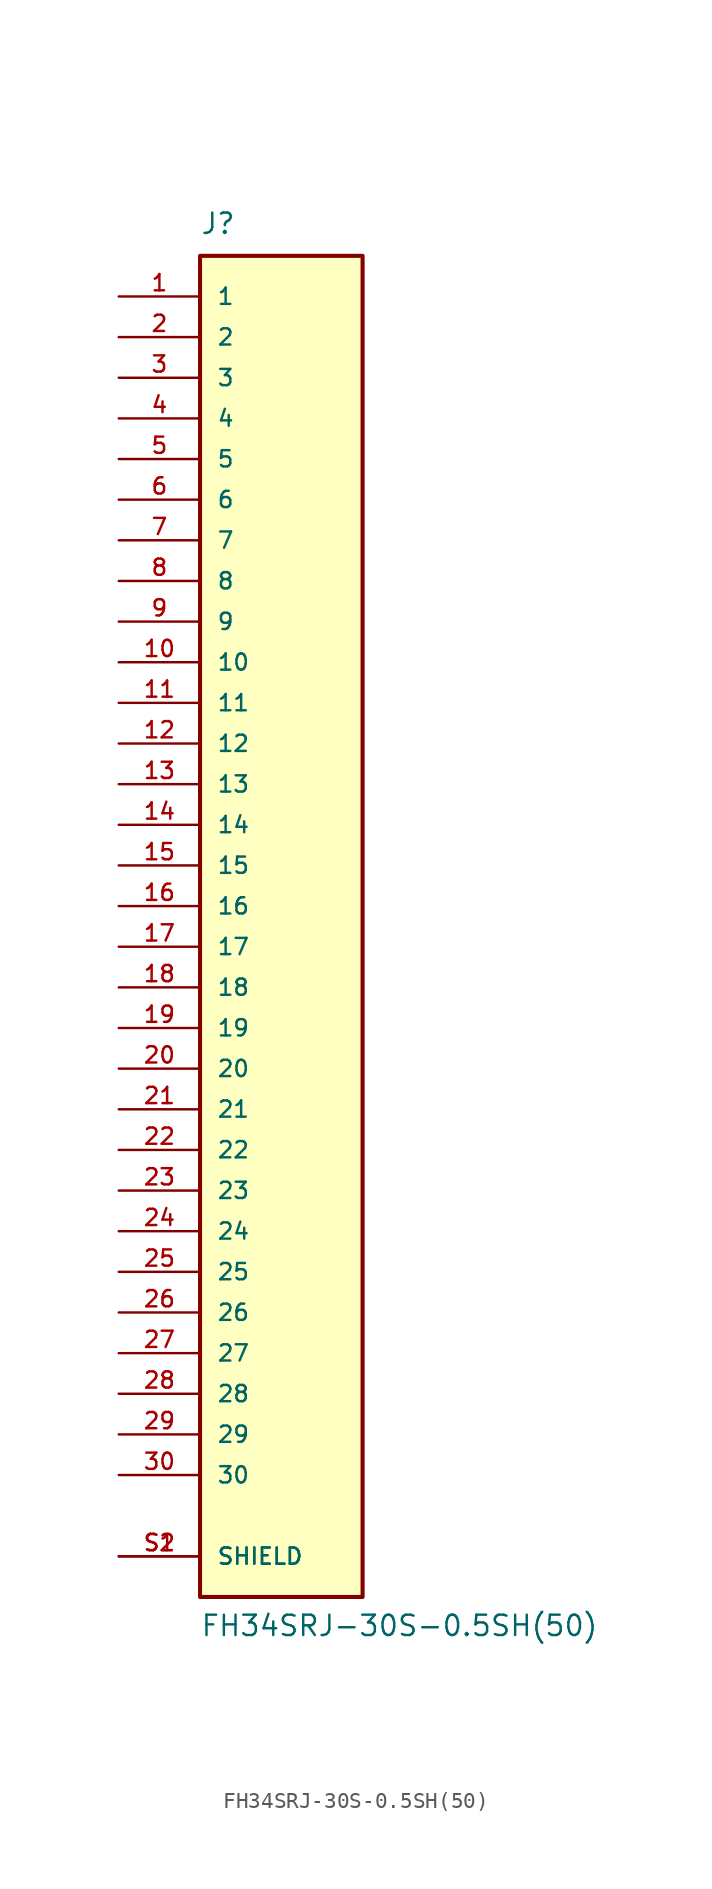
<source format=kicad_sym>
(kicad_symbol_lib
  (version 20211014)
  (generator kicad_symbol_editor)
  (symbol "FH34SRJ-30S-0.5SH(50)"
    (pin_names
      (offset 1.016))
    (property "Reference" "J"
      (at -5.08 41.91 0)
      (effects (font (size 1.27 1.27)) (justify bottom left)))
    (property "Value" "FH34SRJ-30S-0.5SH(50)"
      (at -5.08 -45.72 0)
      (effects (font (size 1.27 1.27)) (justify bottom left)))
    (symbol "FH34SRJ-30S-0.5SH(50)_0_0"
      (rectangle (start -5.08 -43.18) (end 5.08 40.64) (stroke (width 0.254)) (fill (type background)))
      (pin passive line (at -10.16 38.1 0) (length 5.08) (name "1" (effects (font (size 1.016 1.016)))) (number "1" (effects (font (size 1.016 1.016)))))
      (pin passive line (at -10.16 35.56 0) (length 5.08) (name "2" (effects (font (size 1.016 1.016)))) (number "2" (effects (font (size 1.016 1.016)))))
      (pin passive line (at -10.16 33.02 0) (length 5.08) (name "3" (effects (font (size 1.016 1.016)))) (number "3" (effects (font (size 1.016 1.016)))))
      (pin passive line (at -10.16 30.48 0) (length 5.08) (name "4" (effects (font (size 1.016 1.016)))) (number "4" (effects (font (size 1.016 1.016)))))
      (pin passive line (at -10.16 27.94 0) (length 5.08) (name "5" (effects (font (size 1.016 1.016)))) (number "5" (effects (font (size 1.016 1.016)))))
      (pin passive line (at -10.16 25.4 0) (length 5.08) (name "6" (effects (font (size 1.016 1.016)))) (number "6" (effects (font (size 1.016 1.016)))))
      (pin passive line (at -10.16 22.86 0) (length 5.08) (name "7" (effects (font (size 1.016 1.016)))) (number "7" (effects (font (size 1.016 1.016)))))
      (pin passive line (at -10.16 20.32 0) (length 5.08) (name "8" (effects (font (size 1.016 1.016)))) (number "8" (effects (font (size 1.016 1.016)))))
      (pin passive line (at -10.16 17.78 0) (length 5.08) (name "9" (effects (font (size 1.016 1.016)))) (number "9" (effects (font (size 1.016 1.016)))))
      (pin passive line (at -10.16 15.24 0) (length 5.08) (name "10" (effects (font (size 1.016 1.016)))) (number "10" (effects (font (size 1.016 1.016)))))
      (pin passive line (at -10.16 12.7 0) (length 5.08) (name "11" (effects (font (size 1.016 1.016)))) (number "11" (effects (font (size 1.016 1.016)))))
      (pin passive line (at -10.16 10.16 0) (length 5.08) (name "12" (effects (font (size 1.016 1.016)))) (number "12" (effects (font (size 1.016 1.016)))))
      (pin passive line (at -10.16 7.62 0) (length 5.08) (name "13" (effects (font (size 1.016 1.016)))) (number "13" (effects (font (size 1.016 1.016)))))
      (pin passive line (at -10.16 5.08 0) (length 5.08) (name "14" (effects (font (size 1.016 1.016)))) (number "14" (effects (font (size 1.016 1.016)))))
      (pin passive line (at -10.16 2.54 0) (length 5.08) (name "15" (effects (font (size 1.016 1.016)))) (number "15" (effects (font (size 1.016 1.016)))))
      (pin passive line (at -10.16 0.0 0) (length 5.08) (name "16" (effects (font (size 1.016 1.016)))) (number "16" (effects (font (size 1.016 1.016)))))
      (pin passive line (at -10.16 -2.54 0) (length 5.08) (name "17" (effects (font (size 1.016 1.016)))) (number "17" (effects (font (size 1.016 1.016)))))
      (pin passive line (at -10.16 -5.08 0) (length 5.08) (name "18" (effects (font (size 1.016 1.016)))) (number "18" (effects (font (size 1.016 1.016)))))
      (pin passive line (at -10.16 -7.62 0) (length 5.08) (name "19" (effects (font (size 1.016 1.016)))) (number "19" (effects (font (size 1.016 1.016)))))
      (pin passive line (at -10.16 -10.16 0) (length 5.08) (name "20" (effects (font (size 1.016 1.016)))) (number "20" (effects (font (size 1.016 1.016)))))
      (pin passive line (at -10.16 -12.7 0) (length 5.08) (name "21" (effects (font (size 1.016 1.016)))) (number "21" (effects (font (size 1.016 1.016)))))
      (pin passive line (at -10.16 -15.24 0) (length 5.08) (name "22" (effects (font (size 1.016 1.016)))) (number "22" (effects (font (size 1.016 1.016)))))
      (pin passive line (at -10.16 -17.78 0) (length 5.08) (name "23" (effects (font (size 1.016 1.016)))) (number "23" (effects (font (size 1.016 1.016)))))
      (pin passive line (at -10.16 -20.32 0) (length 5.08) (name "24" (effects (font (size 1.016 1.016)))) (number "24" (effects (font (size 1.016 1.016)))))
      (pin passive line (at -10.16 -22.86 0) (length 5.08) (name "25" (effects (font (size 1.016 1.016)))) (number "25" (effects (font (size 1.016 1.016)))))
      (pin passive line (at -10.16 -25.4 0) (length 5.08) (name "26" (effects (font (size 1.016 1.016)))) (number "26" (effects (font (size 1.016 1.016)))))
      (pin passive line (at -10.16 -27.94 0) (length 5.08) (name "27" (effects (font (size 1.016 1.016)))) (number "27" (effects (font (size 1.016 1.016)))))
      (pin passive line (at -10.16 -30.48 0) (length 5.08) (name "28" (effects (font (size 1.016 1.016)))) (number "28" (effects (font (size 1.016 1.016)))))
      (pin passive line (at -10.16 -33.02 0) (length 5.08) (name "29" (effects (font (size 1.016 1.016)))) (number "29" (effects (font (size 1.016 1.016)))))
      (pin passive line (at -10.16 -35.56 0) (length 5.08) (name "30" (effects (font (size 1.016 1.016)))) (number "30" (effects (font (size 1.016 1.016)))))
      (pin passive line (at -10.16 -40.64 0) (length 5.08) (name "SHIELD" (effects (font (size 1.016 1.016)))) (number "S1" (effects (font (size 1.016 1.016)))))
      (pin passive line (at -10.16 -40.64 0) (length 5.08) (name "SHIELD" (effects (font (size 1.016 1.016)))) (number "S2" (effects (font (size 1.016 1.016))))))))
</source>
